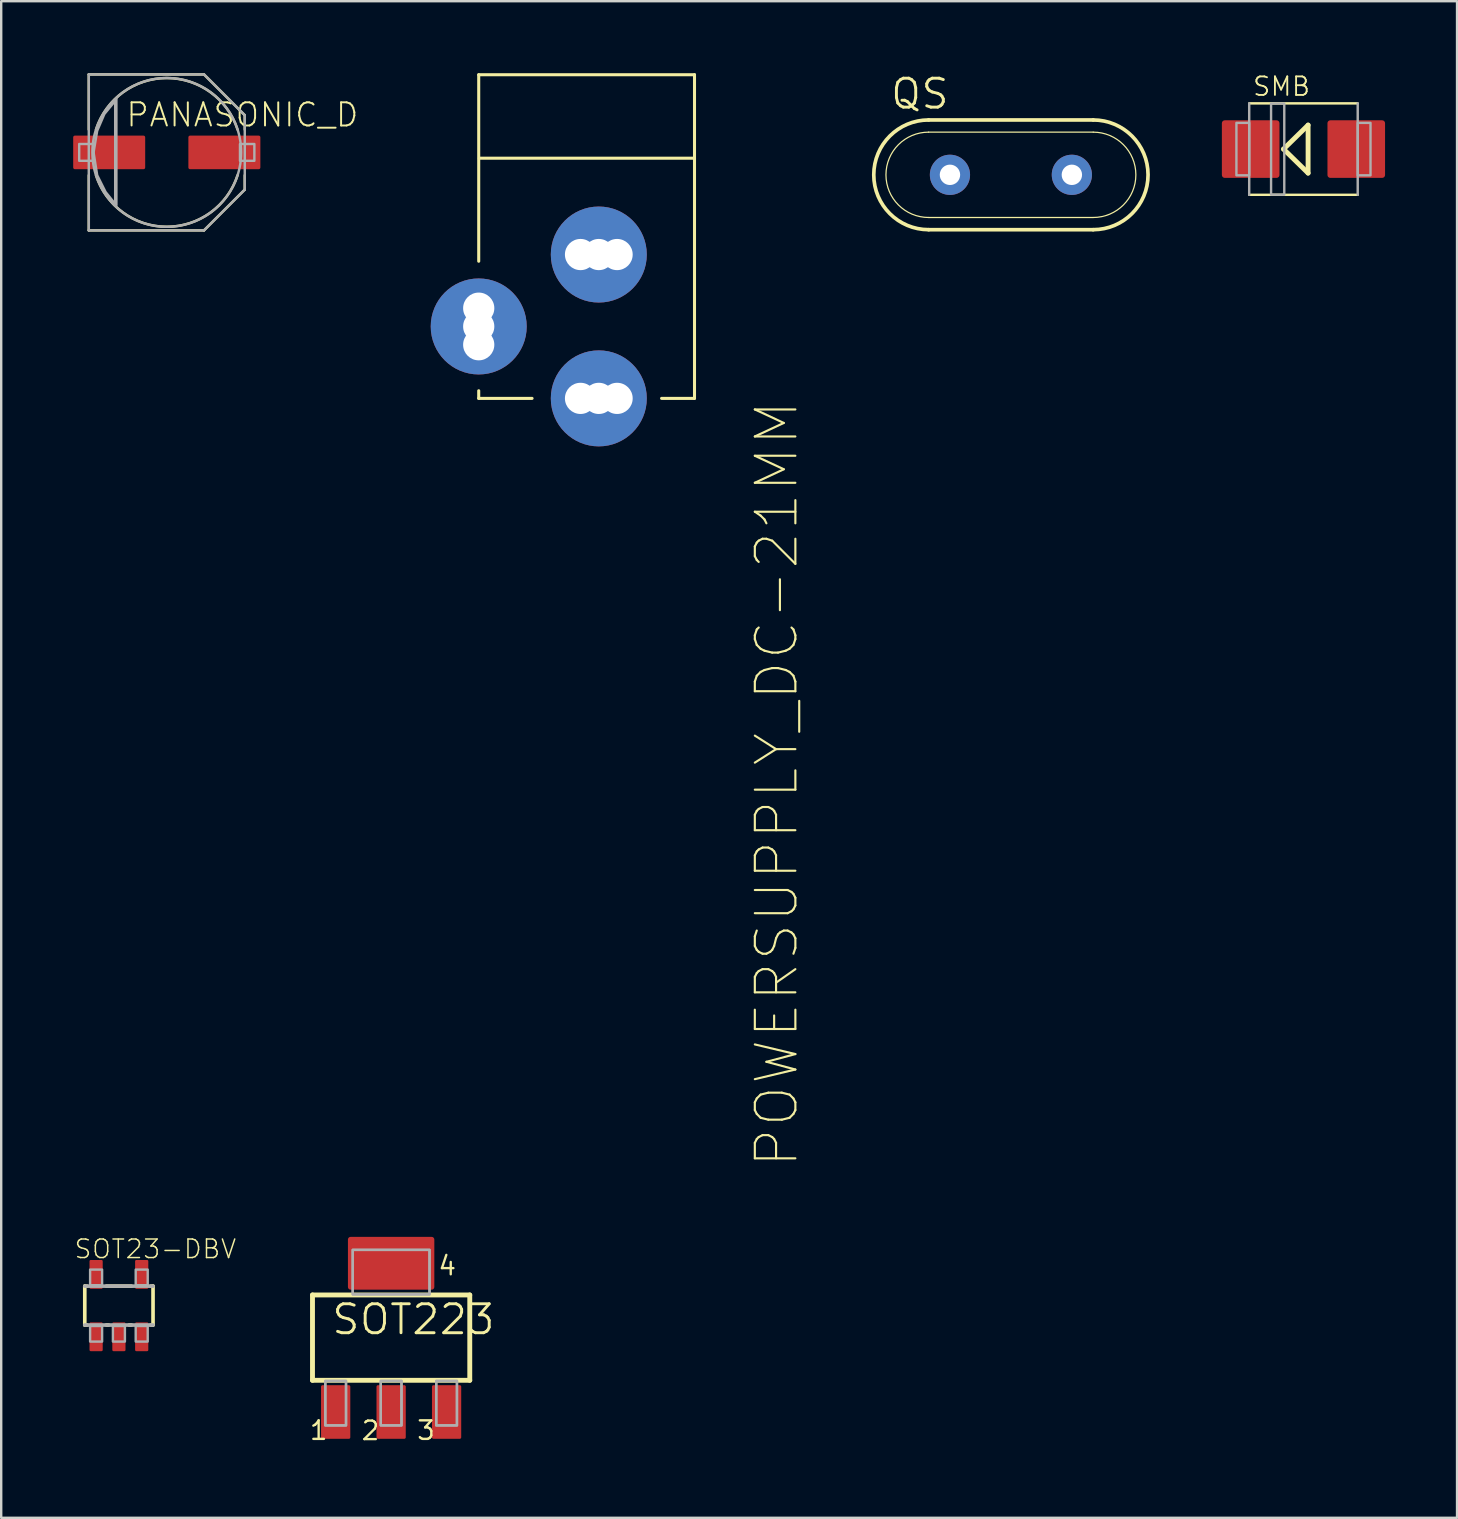
<source format=kicad_pcb>
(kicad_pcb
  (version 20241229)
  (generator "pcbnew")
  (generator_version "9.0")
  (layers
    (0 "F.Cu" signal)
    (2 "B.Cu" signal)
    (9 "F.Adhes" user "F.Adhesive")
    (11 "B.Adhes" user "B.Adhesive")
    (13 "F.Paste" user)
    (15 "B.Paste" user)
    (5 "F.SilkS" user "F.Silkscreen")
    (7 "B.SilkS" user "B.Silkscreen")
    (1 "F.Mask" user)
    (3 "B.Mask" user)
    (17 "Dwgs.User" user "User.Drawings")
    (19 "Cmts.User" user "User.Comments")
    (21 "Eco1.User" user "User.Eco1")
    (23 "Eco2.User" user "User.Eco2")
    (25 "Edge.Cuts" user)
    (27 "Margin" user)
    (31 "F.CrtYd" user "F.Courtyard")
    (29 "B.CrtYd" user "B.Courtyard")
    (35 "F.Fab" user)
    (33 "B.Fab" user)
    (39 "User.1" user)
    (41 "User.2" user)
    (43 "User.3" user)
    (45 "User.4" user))
  (footprint "SOT223"
    (layer "F.Cu")
    (at 13.249 52.691)
    (property "Reference" "SOT223" (at -2.54 -0.051 0) (layer "F.SilkS") (effects (font (size 1.206 1.206) (thickness 0.121)) (justify left bottom)))
    (attr through_hole)
    (fp_line (start -3.277 -1.778) (end 3.277 -1.778) (stroke (width 0.203) (type solid)) (layer "F.SilkS"))
    (fp_line (start -3.277 1.778) (end -3.277 -1.778) (stroke (width 0.203) (type solid)) (layer "F.SilkS"))
    (fp_line (start 3.277 -1.778) (end 3.277 1.778) (stroke (width 0.203) (type solid)) (layer "F.SilkS"))
    (fp_line (start 3.277 1.778) (end -3.277 1.778) (stroke (width 0.203) (type solid)) (layer "F.SilkS"))
    (fp_poly (pts (xy -2.743 3.658) (xy -1.88 3.658) (xy -1.88 1.803) (xy -2.743 1.803)) (stroke (width 0.1) (type solid)) (fill no) (layer "F.Fab"))
    (fp_poly (pts (xy -2.743 3.658) (xy -1.88 3.658) (xy -1.88 1.803) (xy -2.743 1.803)) (stroke (width 0.1) (type solid)) (fill no) (layer "F.Fab"))
    (fp_poly (pts (xy -1.6 -1.803) (xy 1.6 -1.803) (xy 1.6 -3.658) (xy -1.6 -3.658)) (stroke (width 0.1) (type solid)) (fill no) (layer "F.Fab"))
    (fp_poly (pts (xy -1.6 -1.803) (xy 1.6 -1.803) (xy 1.6 -3.658) (xy -1.6 -3.658)) (stroke (width 0.1) (type solid)) (fill no) (layer "F.Fab"))
    (fp_poly (pts (xy -0.432 3.658) (xy 0.432 3.658) (xy 0.432 1.803) (xy -0.432 1.803)) (stroke (width 0.1) (type solid)) (fill no) (layer "F.Fab"))
    (fp_poly (pts (xy -0.432 3.658) (xy 0.432 3.658) (xy 0.432 1.803) (xy -0.432 1.803)) (stroke (width 0.1) (type solid)) (fill no) (layer "F.Fab"))
    (fp_poly (pts (xy 1.88 3.658) (xy 2.743 3.658) (xy 2.743 1.803) (xy 1.88 1.803)) (stroke (width 0.1) (type solid)) (fill no) (layer "F.Fab"))
    (fp_poly (pts (xy 1.88 3.658) (xy 2.743 3.658) (xy 2.743 1.803) (xy 1.88 1.803)) (stroke (width 0.1) (type solid)) (fill no) (layer "F.Fab"))
    (fp_text user "1" (at -3.453 4.318 0) (layer "F.SilkS") (effects (font (size 0.772 0.772) (thickness 0.098)) (justify left bottom)))
    (fp_text user "3" (at 1.021 4.318 0) (layer "F.SilkS") (effects (font (size 0.772 0.772) (thickness 0.098)) (justify left bottom)))
    (fp_text user "2" (at -1.291 4.327 0) (layer "F.SilkS") (effects (font (size 0.772 0.772) (thickness 0.098)) (justify left bottom)))
    (fp_text user "4" (at 1.905 -2.54 0) (layer "F.SilkS") (effects (font (size 0.772 0.772) (thickness 0.098)) (justify left bottom)))
    (pad "1" smd roundrect (at -2.311 3.099) (size 1.219 2.235) (layers "F.Cu" "F.Mask" "F.Paste") (roundrect_rratio 0.05))
    (pad "2" smd roundrect (at 0 3.099) (size 1.219 2.235) (layers "F.Cu" "F.Mask" "F.Paste") (roundrect_rratio 0.05))
    (pad "3" smd roundrect (at 2.311 3.099) (size 1.219 2.235) (layers "F.Cu" "F.Mask" "F.Paste") (roundrect_rratio 0.05))
    (pad "4" smd roundrect (at 0 -3.099) (size 3.6 2.2) (layers "F.Cu" "F.Mask" "F.Paste") (roundrect_rratio 0.05)))
  (footprint "PANASONIC_D"
    (layer "F.Cu")
    (at 3.9 3.301)
    (property "Reference" "PANASONIC_D" (at -1.75 -1 0) (layer "F.SilkS") (effects (font (size 0.965 0.965) (thickness 0.081)) (justify left bottom)))
    (attr through_hole)
    (fp_line (start -3.25 -3.25) (end 1.55 -3.25) (stroke (width 0.102) (type solid)) (layer "F.SilkS"))
    (fp_line (start -3.25 -0.95) (end -3.25 -3.25) (stroke (width 0.102) (type solid)) (layer "F.SilkS"))
    (fp_line (start -3.25 3.25) (end -3.25 0.95) (stroke (width 0.102) (type solid)) (layer "F.SilkS"))
    (fp_line (start 1.55 -3.25) (end 3.25 -1.55) (stroke (width 0.102) (type solid)) (layer "F.SilkS"))
    (fp_line (start 1.55 3.25) (end -3.25 3.25) (stroke (width 0.102) (type solid)) (layer "F.SilkS"))
    (fp_line (start 3.25 -1.55) (end 3.25 -0.95) (stroke (width 0.102) (type solid)) (layer "F.SilkS"))
    (fp_line (start 3.25 0.95) (end 3.25 1.55) (stroke (width 0.102) (type solid)) (layer "F.SilkS"))
    (fp_line (start 3.25 1.55) (end 1.55 3.25) (stroke (width 0.102) (type solid)) (layer "F.SilkS"))
    (fp_arc (start -2.95 -0.95) (mid 0 -3.099193) (end 2.95 -0.95) (stroke (width 0.1016) (type solid)) (layer "F.SilkS"))
    (fp_arc (start 2.95 0.95) (mid 0 3.099193) (end -2.95 0.95) (stroke (width 0.1016) (type solid)) (layer "F.SilkS"))
    (fp_line (start -3.25 -3.25) (end 1.55 -3.25) (stroke (width 0.102) (type solid)) (layer "F.Fab"))
    (fp_line (start -3.25 3.25) (end -3.25 -3.25) (stroke (width 0.102) (type solid)) (layer "F.Fab"))
    (fp_line (start -2.1 -2.25) (end -2.1 2.2) (stroke (width 0.102) (type solid)) (layer "F.Fab"))
    (fp_line (start 1.55 -3.25) (end 3.25 -1.55) (stroke (width 0.102) (type solid)) (layer "F.Fab"))
    (fp_line (start 1.55 3.25) (end -3.25 3.25) (stroke (width 0.102) (type solid)) (layer "F.Fab"))
    (fp_line (start 3.25 -1.55) (end 3.25 1.55) (stroke (width 0.102) (type solid)) (layer "F.Fab"))
    (fp_line (start 3.25 1.55) (end 1.55 3.25) (stroke (width 0.102) (type solid)) (layer "F.Fab"))
    (fp_circle (center 0 0) (end 3.1 0) (stroke (width 0.102) (type solid)) (fill no) (layer "F.Fab"))
    (fp_poly (pts (xy -3.65 0.35) (xy -3.05 0.35) (xy -3.05 -0.35) (xy -3.65 -0.35)) (stroke (width 0.1) (type solid)) (fill no) (layer "F.Fab"))
    (fp_poly (pts (xy 3.05 0.35) (xy 3.65 0.35) (xy 3.65 -0.35) (xy 3.05 -0.35)) (stroke (width 0.1) (type solid)) (fill no) (layer "F.Fab"))
    (fp_poly (pts (xy -2.15 -2.15) (xy -2.6 -1.6) (xy -2.9 -0.9) (xy -3.05 0) (xy -2.9 0.95) (xy -2.55 1.65) (xy -2.15 2.15) (xy -2.15 -2.1)) (stroke (width 0.1) (type solid)) (fill no) (layer "F.Fab"))
    (pad "+" smd roundrect (at 2.4 0) (size 3 1.4) (layers "F.Cu" "F.Mask" "F.Paste") (roundrect_rratio 0.05))
    (pad "-" smd roundrect (at -2.4 0) (size 3 1.4) (layers "F.Cu" "F.Mask" "F.Paste") (roundrect_rratio 0.05)))
  (footprint "SOT23-DBV"
    (layer "F.Cu")
    (at 1.905 51.355)
    (property "Reference" "SOT23-DBV" (at -1.905 -1.905 180) (layer "F.SilkS") (effects (font (size 0.772 0.772) (thickness 0.062)) (justify left bottom)))
    (attr through_hole)
    (fp_line (start -1.422 -0.81) (end -1.328 -0.81) (stroke (width 0.152) (type solid)) (layer "F.SilkS"))
    (fp_line (start -1.422 0.81) (end -1.422 -0.81) (stroke (width 0.152) (type solid)) (layer "F.SilkS"))
    (fp_line (start -1.328 0.81) (end -1.422 0.81) (stroke (width 0.152) (type solid)) (layer "F.SilkS"))
    (fp_line (start -0.522 -0.81) (end 0.522 -0.81) (stroke (width 0.152) (type solid)) (layer "F.SilkS"))
    (fp_line (start -0.428 0.81) (end -0.522 0.81) (stroke (width 0.152) (type solid)) (layer "F.SilkS"))
    (fp_line (start 0.522 0.81) (end 0.428 0.81) (stroke (width 0.152) (type solid)) (layer "F.SilkS"))
    (fp_line (start 1.328 -0.81) (end 1.422 -0.81) (stroke (width 0.152) (type solid)) (layer "F.SilkS"))
    (fp_line (start 1.422 -0.81) (end 1.422 0.81) (stroke (width 0.152) (type solid)) (layer "F.SilkS"))
    (fp_line (start 1.422 0.81) (end 1.328 0.81) (stroke (width 0.152) (type solid)) (layer "F.SilkS"))
    (fp_line (start -1.422 -0.81) (end 1.422 -0.81) (stroke (width 0.152) (type solid)) (layer "F.Fab"))
    (fp_line (start 1.422 0.81) (end -1.422 0.81) (stroke (width 0.152) (type solid)) (layer "F.Fab"))
    (fp_poly (pts (xy -1.2 -0.85) (xy -0.7 -0.85) (xy -0.7 -1.5) (xy -1.2 -1.5)) (stroke (width 0.1) (type solid)) (fill no) (layer "F.Fab"))
    (fp_poly (pts (xy -1.2 1.5) (xy -0.7 1.5) (xy -0.7 0.85) (xy -1.2 0.85)) (stroke (width 0.1) (type solid)) (fill no) (layer "F.Fab"))
    (fp_poly (pts (xy -0.25 1.5) (xy 0.25 1.5) (xy 0.25 0.85) (xy -0.25 0.85)) (stroke (width 0.1) (type solid)) (fill no) (layer "F.Fab"))
    (fp_poly (pts (xy 0.7 -0.85) (xy 1.2 -0.85) (xy 1.2 -1.5) (xy 0.7 -1.5)) (stroke (width 0.1) (type solid)) (fill no) (layer "F.Fab"))
    (fp_poly (pts (xy 0.7 1.5) (xy 1.2 1.5) (xy 1.2 0.85) (xy 0.7 0.85)) (stroke (width 0.1) (type solid)) (fill no) (layer "F.Fab"))
    (pad "1" smd roundrect (at -0.95 1.3) (size 0.55 1.2) (layers "F.Cu" "F.Mask" "F.Paste") (roundrect_rratio 0.092))
    (pad "2" smd roundrect (at 0 1.3) (size 0.55 1.2) (layers "F.Cu" "F.Mask" "F.Paste") (roundrect_rratio 0.092))
    (pad "3" smd roundrect (at 0.95 1.3) (size 0.55 1.2) (layers "F.Cu" "F.Mask" "F.Paste") (roundrect_rratio 0.092))
    (pad "4" smd roundrect (at 0.95 -1.3) (size 0.55 1.2) (layers "F.Cu" "F.Mask" "F.Paste") (roundrect_rratio 0.092))
    (pad "5" smd roundrect (at -0.95 -1.3) (size 0.55 1.2) (layers "F.Cu" "F.Mask" "F.Paste") (roundrect_rratio 0.092)))
  (footprint "QS"
    (layer "F.Cu")
    (at 39.076 4.235)
    (property "Reference" "QS" (at -5.08 -2.667 180) (layer "F.SilkS") (effects (font (size 1.206 1.206) (thickness 0.121)) (justify left bottom)))
    (attr through_hole)
    (fp_line (start -3.429 1.778) (end 3.429 1.778) (stroke (width 0.051) (type solid)) (layer "F.SilkS"))
    (fp_line (start -3.429 2.286) (end 3.429 2.286) (stroke (width 0.152) (type solid)) (layer "F.SilkS"))
    (fp_line (start 3.429 -2.286) (end -3.429 -2.286) (stroke (width 0.152) (type solid)) (layer "F.SilkS"))
    (fp_line (start 3.429 -1.778) (end -3.429 -1.778) (stroke (width 0.051) (type solid)) (layer "F.SilkS"))
    (fp_arc (start -3.429 1.778) (mid -5.207 0) (end -3.429 -1.778) (stroke (width 0.0508) (type solid)) (layer "F.SilkS"))
    (fp_arc (start -3.429 2.286) (mid -5.715 0) (end -3.429 -2.286) (stroke (width 0.1524) (type solid)) (layer "F.SilkS"))
    (fp_arc (start 3.429 -2.286) (mid 5.715 0) (end 3.429 2.286) (stroke (width 0.1524) (type solid)) (layer "F.SilkS"))
    (fp_arc (start 3.429 -1.778) (mid 5.207 0) (end 3.429 1.778) (stroke (width 0.0508) (type solid)) (layer "F.SilkS"))
    (pad "1" thru_hole circle (at -2.54 0 90) (size 1.676 1.676) (drill 0.85) (layers "*.Cu" "*.Mask"))
    (pad "2" thru_hole circle (at 2.54 0 90) (size 1.676 1.676) (drill 0.85) (layers "*.Cu" "*.Mask")))
  (footprint "POWERSUPPLY_DC-21MM"
    (layer "F.Cu")
    (at 21.979 7.201)
    (property "Reference" "POWERSUPPLY_DC-21MM" (at 6.35 6.35 90) (layer "F.SilkS") (effects (font (size 1.689 1.689) (thickness 0.089)) (justify right top)))
    (attr through_hole)
    (fp_line (start -5.08 -7.137) (end -5.08 0.635) (stroke (width 0.127) (type solid)) (layer "F.SilkS"))
    (fp_line (start -5.08 6.35) (end -5.08 6.032) (stroke (width 0.127) (type solid)) (layer "F.SilkS"))
    (fp_line (start -5.055 -3.658) (end 3.912 -3.658) (stroke (width 0.127) (type solid)) (layer "F.SilkS"))
    (fp_line (start -2.857 6.35) (end -5.08 6.35) (stroke (width 0.127) (type solid)) (layer "F.SilkS"))
    (fp_line (start 2.54 6.35) (end 3.912 6.35) (stroke (width 0.127) (type solid)) (layer "F.SilkS"))
    (fp_line (start 3.912 -7.137) (end -5.08 -7.137) (stroke (width 0.127) (type solid)) (layer "F.SilkS"))
    (fp_line (start 3.912 -3.658) (end 3.912 -7.137) (stroke (width 0.127) (type solid)) (layer "F.SilkS"))
    (fp_line (start 3.912 6.35) (end 3.912 -3.658) (stroke (width 0.127) (type solid)) (layer "F.SilkS"))
    (pad "1" thru_hole circle (at -5.08 3.353 90) (size 4 4) (drill 1.3) (layers "*.Cu" "*.Mask"))
    (pad "2" thru_hole circle (at -0.076 6.35) (size 4 4) (drill 1.3) (layers "*.Cu" "*.Mask"))
    (pad "3" thru_hole circle (at -0.076 0.356) (size 4 4) (drill 1.3) (layers "*.Cu" "*.Mask"))
    (pad "4" thru_hole circle (at -5.08 4.115) (size 1.95 1.95) (drill 1.3) (layers "*.Cu" "*.Mask"))
    (pad "5" thru_hole circle (at -5.08 2.591) (size 1.95 1.95) (drill 1.3) (layers "*.Cu" "*.Mask"))
    (pad "6" thru_hole circle (at -0.838 0.356) (size 1.95 1.95) (drill 1.3) (layers "*.Cu" "*.Mask"))
    (pad "7" thru_hole circle (at 0.686 0.356) (size 1.95 1.95) (drill 1.3) (layers "*.Cu" "*.Mask"))
    (pad "8" thru_hole circle (at -0.838 6.35) (size 1.95 1.95) (drill 1.3) (layers "*.Cu" "*.Mask"))
    (pad "9" thru_hole circle (at 0.686 6.35) (size 1.95 1.95) (drill 1.3) (layers "*.Cu" "*.Mask")))
  (footprint "SMB"
    (layer "F.Cu")
    (at 51.267 3.163)
    (property "Reference" "SMB" (at -2.159 -2.159 180) (layer "F.SilkS") (effects (font (size 0.772 0.772) (thickness 0.077)) (justify left bottom)))
    (attr through_hole)
    (fp_line (start -2.261 -1.905) (end 2.261 -1.905) (stroke (width 0.102) (type solid)) (layer "F.SilkS"))
    (fp_line (start -2.261 1.905) (end 2.261 1.905) (stroke (width 0.102) (type solid)) (layer "F.SilkS"))
    (fp_line (start -0.83 0) (end 0.193 1) (stroke (width 0.203) (type solid)) (layer "F.SilkS"))
    (fp_line (start 0.193 -1) (end -0.83 0) (stroke (width 0.203) (type solid)) (layer "F.SilkS"))
    (fp_line (start 0.193 1) (end 0.193 -1) (stroke (width 0.203) (type solid)) (layer "F.SilkS"))
    (fp_line (start -2.261 1.905) (end -2.261 -1.905) (stroke (width 0.102) (type solid)) (layer "F.Fab"))
    (fp_line (start 2.261 1.905) (end 2.261 -1.905) (stroke (width 0.102) (type solid)) (layer "F.Fab"))
    (fp_poly (pts (xy -2.794 1.092) (xy -2.261 1.092) (xy -2.261 -1.092) (xy -2.794 -1.092)) (stroke (width 0.1) (type solid)) (fill no) (layer "F.Fab"))
    (fp_poly (pts (xy -1.35 1.9) (xy -0.8 1.9) (xy -0.8 -1.9) (xy -1.35 -1.9)) (stroke (width 0.1) (type solid)) (fill no) (layer "F.Fab"))
    (fp_poly (pts (xy 2.261 1.092) (xy 2.794 1.092) (xy 2.794 -1.092) (xy 2.261 -1.092)) (stroke (width 0.1) (type solid)) (fill no) (layer "F.Fab"))
    (pad "A" smd roundrect (at 2.2 0) (size 2.4 2.4) (layers "F.Cu" "F.Mask" "F.Paste") (roundrect_rratio 0.05))
    (pad "C" smd roundrect (at -2.2 0) (size 2.4 2.4) (layers "F.Cu" "F.Mask" "F.Paste") (roundrect_rratio 0.05)))
  (gr_rect
    (start -3 -3)
    (end 57.667 60.2)
    (stroke (width 0.1) (type default))
    (fill no)
    (layer "Edge.Cuts")))
</source>
